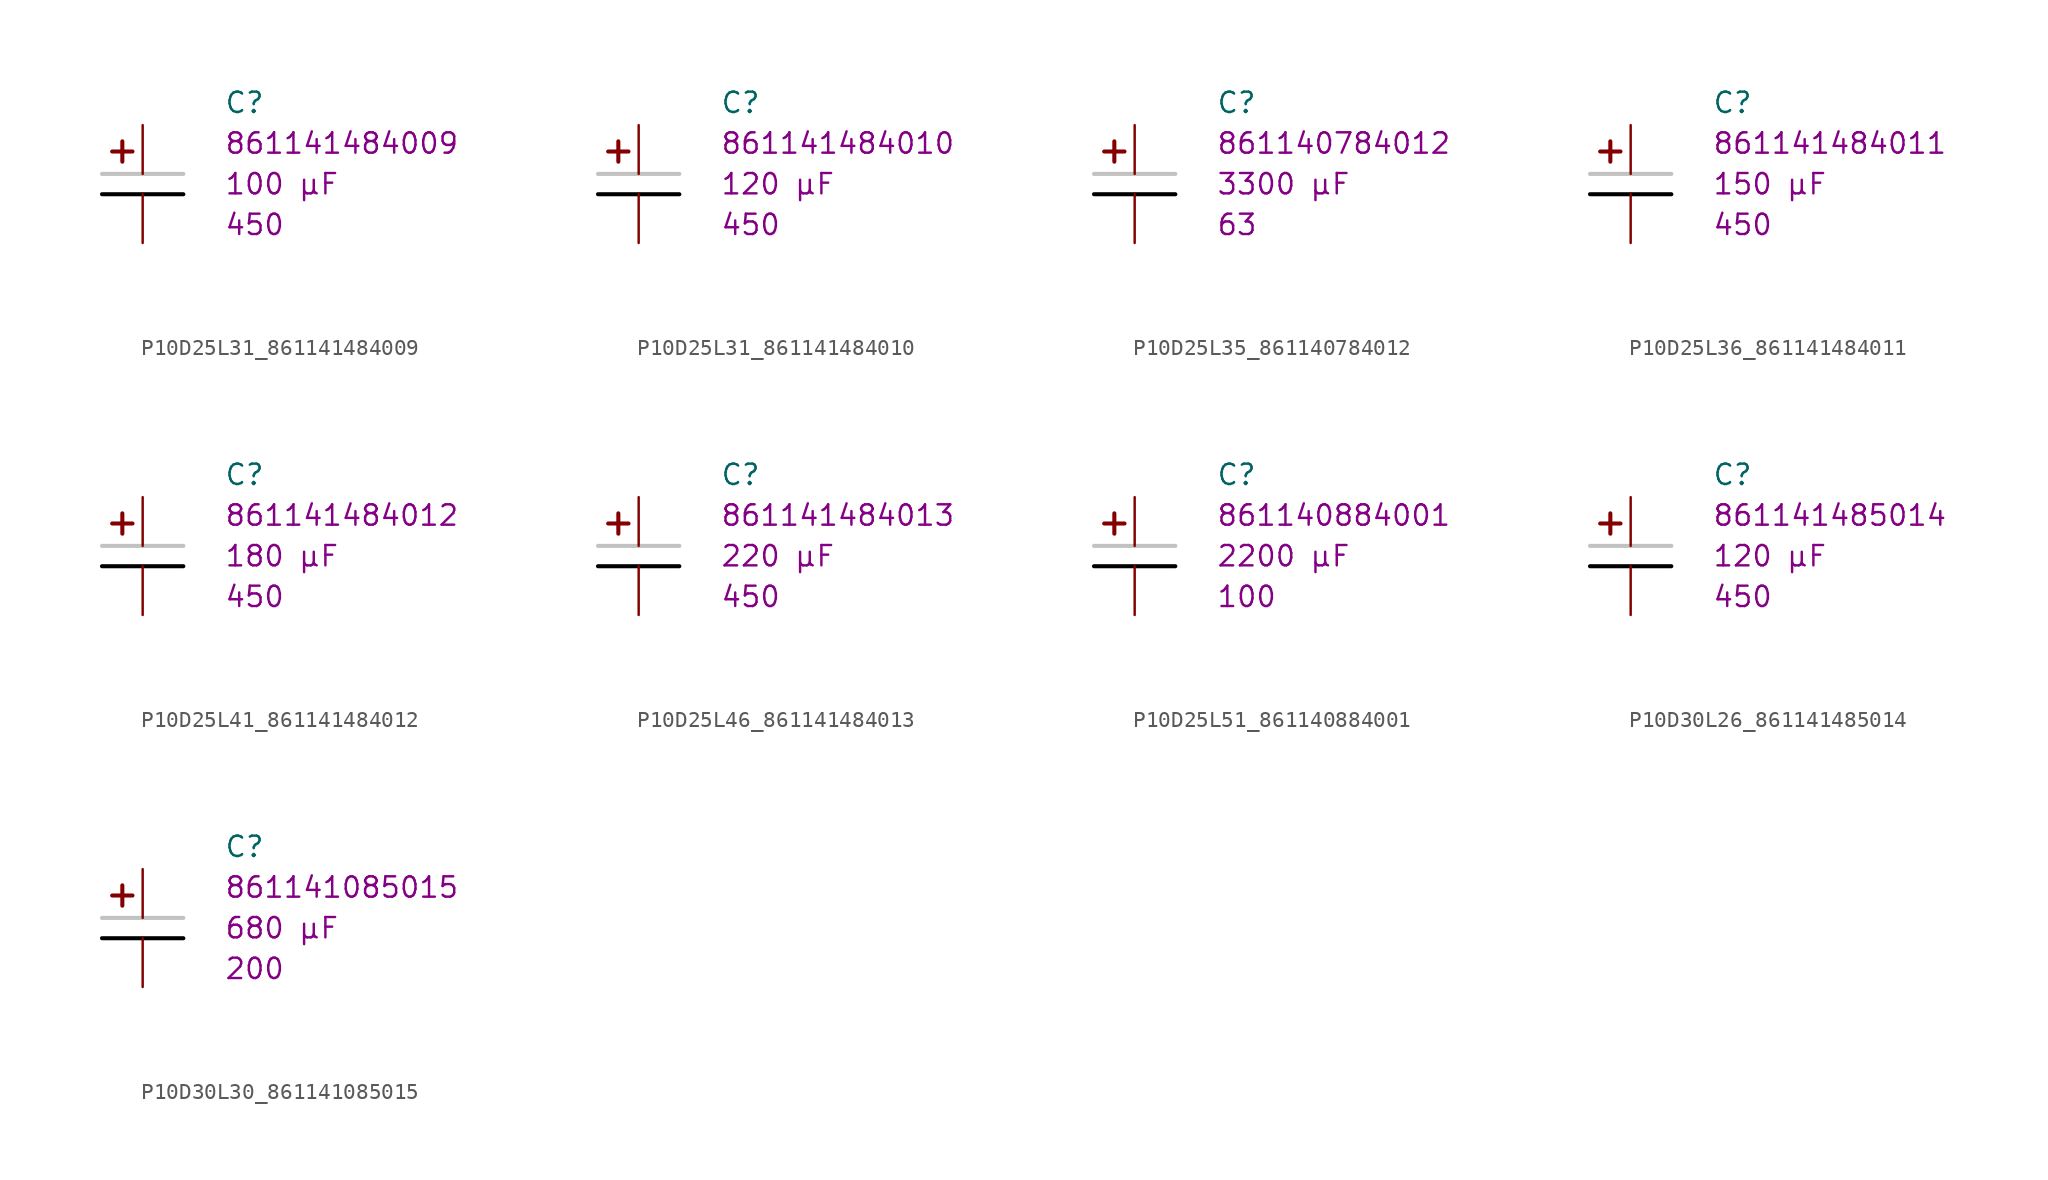
<source format=kicad_sym>
(kicad_symbol_lib
  (version 20220914)
  (generator kicad_symbol_editor)
  (symbol "P10D25L31_861141484009"
    (pin_numbers hide)
    (pin_names hide)
    (property "Reference" "C"
      (at 5.08 5.08 0)
      (effects (font (size 1.27 1.27)) (justify left)))
    (property "Part Number" "861141484009"
      (at 5.08 2.54 0)
      (effects (font (size 1.27 1.27)) (justify left)))
    (property "Capacitance" "100 µF"
      (at 5.08 0 0)
      (effects (font (size 1.27 1.27)) (justify left)))
    (property "Voltage" "450"
      (at 5.08 -2.54 0)
      (effects (font (size 1.27 1.27)) (justify left)))
    (property "Critical Parameter" ""
      (at 0 -7.62 0)
      (effects (font (size 1.27 1.27))))
    (symbol "P10D25L31_861141484009_1_1"
      (polyline (pts (xy -1.27 2.667) (xy -1.27 1.397)) (stroke (width 0.254) (type default)) (fill (type none)))
      (polyline (pts (xy -0.635 2.032) (xy -1.905 2.032)) (stroke (width 0.254) (type default)) (fill (type none)))
      (polyline (pts (xy 2.54 -0.635) (xy -2.54 -0.635)) (stroke (width 0.254) (type default) (color 0 0 0 1)) (fill (type none)))
      (polyline (pts (xy 2.54 0.635) (xy -2.54 0.635)) (stroke (width 0.254) (type default) (color 194 194 194 1)) (fill (type none)))
      (pin passive line (at 0 3.679 270) (length 3.044) (name "1" (effects (font (size 1.27 1.27)))) (number "1" (effects (font (size 1.27 1.27)))))
      (pin passive line (at 0 -3.679 90) (length 3.044) (name "2" (effects (font (size 1.27 1.27)))) (number "2" (effects (font (size 1.27 1.27)))))))
  (symbol "P10D25L31_861141484010"
    (pin_numbers hide)
    (pin_names hide)
    (property "Reference" "C"
      (at 5.08 5.08 0)
      (effects (font (size 1.27 1.27)) (justify left)))
    (property "Part Number" "861141484010"
      (at 5.08 2.54 0)
      (effects (font (size 1.27 1.27)) (justify left)))
    (property "Capacitance" "120 µF"
      (at 5.08 0 0)
      (effects (font (size 1.27 1.27)) (justify left)))
    (property "Voltage" "450"
      (at 5.08 -2.54 0)
      (effects (font (size 1.27 1.27)) (justify left)))
    (property "Critical Parameter" ""
      (at 0 -7.62 0)
      (effects (font (size 1.27 1.27))))
    (symbol "P10D25L31_861141484010_1_1"
      (polyline (pts (xy -1.27 2.667) (xy -1.27 1.397)) (stroke (width 0.254) (type default)) (fill (type none)))
      (polyline (pts (xy -0.635 2.032) (xy -1.905 2.032)) (stroke (width 0.254) (type default)) (fill (type none)))
      (polyline (pts (xy 2.54 -0.635) (xy -2.54 -0.635)) (stroke (width 0.254) (type default) (color 0 0 0 1)) (fill (type none)))
      (polyline (pts (xy 2.54 0.635) (xy -2.54 0.635)) (stroke (width 0.254) (type default) (color 194 194 194 1)) (fill (type none)))
      (pin passive line (at 0 3.679 270) (length 3.044) (name "1" (effects (font (size 1.27 1.27)))) (number "1" (effects (font (size 1.27 1.27)))))
      (pin passive line (at 0 -3.679 90) (length 3.044) (name "2" (effects (font (size 1.27 1.27)))) (number "2" (effects (font (size 1.27 1.27)))))))
  (symbol "P10D25L35_861140784012"
    (pin_numbers hide)
    (pin_names hide)
    (property "Reference" "C"
      (at 5.08 5.08 0)
      (effects (font (size 1.27 1.27)) (justify left)))
    (property "Part Number" "861140784012"
      (at 5.08 2.54 0)
      (effects (font (size 1.27 1.27)) (justify left)))
    (property "Capacitance" "3300 µF"
      (at 5.08 0 0)
      (effects (font (size 1.27 1.27)) (justify left)))
    (property "Voltage" "63"
      (at 5.08 -2.54 0)
      (effects (font (size 1.27 1.27)) (justify left)))
    (property "Critical Parameter" ""
      (at 0 -7.62 0)
      (effects (font (size 1.27 1.27))))
    (symbol "P10D25L35_861140784012_1_1"
      (polyline (pts (xy -1.27 2.667) (xy -1.27 1.397)) (stroke (width 0.254) (type default)) (fill (type none)))
      (polyline (pts (xy -0.635 2.032) (xy -1.905 2.032)) (stroke (width 0.254) (type default)) (fill (type none)))
      (polyline (pts (xy 2.54 -0.635) (xy -2.54 -0.635)) (stroke (width 0.254) (type default) (color 0 0 0 1)) (fill (type none)))
      (polyline (pts (xy 2.54 0.635) (xy -2.54 0.635)) (stroke (width 0.254) (type default) (color 194 194 194 1)) (fill (type none)))
      (pin passive line (at 0 3.679 270) (length 3.044) (name "1" (effects (font (size 1.27 1.27)))) (number "1" (effects (font (size 1.27 1.27)))))
      (pin passive line (at 0 -3.679 90) (length 3.044) (name "2" (effects (font (size 1.27 1.27)))) (number "2" (effects (font (size 1.27 1.27)))))))
  (symbol "P10D25L36_861141484011"
    (pin_numbers hide)
    (pin_names hide)
    (property "Reference" "C"
      (at 5.08 5.08 0)
      (effects (font (size 1.27 1.27)) (justify left)))
    (property "Part Number" "861141484011"
      (at 5.08 2.54 0)
      (effects (font (size 1.27 1.27)) (justify left)))
    (property "Capacitance" "150 µF"
      (at 5.08 0 0)
      (effects (font (size 1.27 1.27)) (justify left)))
    (property "Voltage" "450"
      (at 5.08 -2.54 0)
      (effects (font (size 1.27 1.27)) (justify left)))
    (property "Critical Parameter" ""
      (at 0 -7.62 0)
      (effects (font (size 1.27 1.27))))
    (symbol "P10D25L36_861141484011_1_1"
      (polyline (pts (xy -1.27 2.667) (xy -1.27 1.397)) (stroke (width 0.254) (type default)) (fill (type none)))
      (polyline (pts (xy -0.635 2.032) (xy -1.905 2.032)) (stroke (width 0.254) (type default)) (fill (type none)))
      (polyline (pts (xy 2.54 -0.635) (xy -2.54 -0.635)) (stroke (width 0.254) (type default) (color 0 0 0 1)) (fill (type none)))
      (polyline (pts (xy 2.54 0.635) (xy -2.54 0.635)) (stroke (width 0.254) (type default) (color 194 194 194 1)) (fill (type none)))
      (pin passive line (at 0 3.679 270) (length 3.044) (name "1" (effects (font (size 1.27 1.27)))) (number "1" (effects (font (size 1.27 1.27)))))
      (pin passive line (at 0 -3.679 90) (length 3.044) (name "2" (effects (font (size 1.27 1.27)))) (number "2" (effects (font (size 1.27 1.27)))))))
  (symbol "P10D25L41_861141484012"
    (pin_numbers hide)
    (pin_names hide)
    (property "Reference" "C"
      (at 5.08 5.08 0)
      (effects (font (size 1.27 1.27)) (justify left)))
    (property "Part Number" "861141484012"
      (at 5.08 2.54 0)
      (effects (font (size 1.27 1.27)) (justify left)))
    (property "Capacitance" "180 µF"
      (at 5.08 0 0)
      (effects (font (size 1.27 1.27)) (justify left)))
    (property "Voltage" "450"
      (at 5.08 -2.54 0)
      (effects (font (size 1.27 1.27)) (justify left)))
    (property "Critical Parameter" ""
      (at 0 -7.62 0)
      (effects (font (size 1.27 1.27))))
    (symbol "P10D25L41_861141484012_1_1"
      (polyline (pts (xy -1.27 2.667) (xy -1.27 1.397)) (stroke (width 0.254) (type default)) (fill (type none)))
      (polyline (pts (xy -0.635 2.032) (xy -1.905 2.032)) (stroke (width 0.254) (type default)) (fill (type none)))
      (polyline (pts (xy 2.54 -0.635) (xy -2.54 -0.635)) (stroke (width 0.254) (type default) (color 0 0 0 1)) (fill (type none)))
      (polyline (pts (xy 2.54 0.635) (xy -2.54 0.635)) (stroke (width 0.254) (type default) (color 194 194 194 1)) (fill (type none)))
      (pin passive line (at 0 3.679 270) (length 3.044) (name "1" (effects (font (size 1.27 1.27)))) (number "1" (effects (font (size 1.27 1.27)))))
      (pin passive line (at 0 -3.679 90) (length 3.044) (name "2" (effects (font (size 1.27 1.27)))) (number "2" (effects (font (size 1.27 1.27)))))))
  (symbol "P10D25L46_861141484013"
    (pin_numbers hide)
    (pin_names hide)
    (property "Reference" "C"
      (at 5.08 5.08 0)
      (effects (font (size 1.27 1.27)) (justify left)))
    (property "Part Number" "861141484013"
      (at 5.08 2.54 0)
      (effects (font (size 1.27 1.27)) (justify left)))
    (property "Capacitance" "220 µF"
      (at 5.08 0 0)
      (effects (font (size 1.27 1.27)) (justify left)))
    (property "Voltage" "450"
      (at 5.08 -2.54 0)
      (effects (font (size 1.27 1.27)) (justify left)))
    (property "Critical Parameter" ""
      (at 0 -7.62 0)
      (effects (font (size 1.27 1.27))))
    (symbol "P10D25L46_861141484013_1_1"
      (polyline (pts (xy -1.27 2.667) (xy -1.27 1.397)) (stroke (width 0.254) (type default)) (fill (type none)))
      (polyline (pts (xy -0.635 2.032) (xy -1.905 2.032)) (stroke (width 0.254) (type default)) (fill (type none)))
      (polyline (pts (xy 2.54 -0.635) (xy -2.54 -0.635)) (stroke (width 0.254) (type default) (color 0 0 0 1)) (fill (type none)))
      (polyline (pts (xy 2.54 0.635) (xy -2.54 0.635)) (stroke (width 0.254) (type default) (color 194 194 194 1)) (fill (type none)))
      (pin passive line (at 0 3.679 270) (length 3.044) (name "1" (effects (font (size 1.27 1.27)))) (number "1" (effects (font (size 1.27 1.27)))))
      (pin passive line (at 0 -3.679 90) (length 3.044) (name "2" (effects (font (size 1.27 1.27)))) (number "2" (effects (font (size 1.27 1.27)))))))
  (symbol "P10D25L51_861140884001"
    (pin_numbers hide)
    (pin_names hide)
    (property "Reference" "C"
      (at 5.08 5.08 0)
      (effects (font (size 1.27 1.27)) (justify left)))
    (property "Part Number" "861140884001"
      (at 5.08 2.54 0)
      (effects (font (size 1.27 1.27)) (justify left)))
    (property "Capacitance" "2200 µF"
      (at 5.08 0 0)
      (effects (font (size 1.27 1.27)) (justify left)))
    (property "Voltage" "100"
      (at 5.08 -2.54 0)
      (effects (font (size 1.27 1.27)) (justify left)))
    (property "Critical Parameter" ""
      (at 0 -7.62 0)
      (effects (font (size 1.27 1.27))))
    (symbol "P10D25L51_861140884001_1_1"
      (polyline (pts (xy -1.27 2.667) (xy -1.27 1.397)) (stroke (width 0.254) (type default)) (fill (type none)))
      (polyline (pts (xy -0.635 2.032) (xy -1.905 2.032)) (stroke (width 0.254) (type default)) (fill (type none)))
      (polyline (pts (xy 2.54 -0.635) (xy -2.54 -0.635)) (stroke (width 0.254) (type default) (color 0 0 0 1)) (fill (type none)))
      (polyline (pts (xy 2.54 0.635) (xy -2.54 0.635)) (stroke (width 0.254) (type default) (color 194 194 194 1)) (fill (type none)))
      (pin passive line (at 0 3.679 270) (length 3.044) (name "1" (effects (font (size 1.27 1.27)))) (number "1" (effects (font (size 1.27 1.27)))))
      (pin passive line (at 0 -3.679 90) (length 3.044) (name "2" (effects (font (size 1.27 1.27)))) (number "2" (effects (font (size 1.27 1.27)))))))
  (symbol "P10D30L26_861141485014"
    (pin_numbers hide)
    (pin_names hide)
    (property "Reference" "C"
      (at 5.08 5.08 0)
      (effects (font (size 1.27 1.27)) (justify left)))
    (property "Part Number" "861141485014"
      (at 5.08 2.54 0)
      (effects (font (size 1.27 1.27)) (justify left)))
    (property "Capacitance" "120 µF"
      (at 5.08 0 0)
      (effects (font (size 1.27 1.27)) (justify left)))
    (property "Voltage" "450"
      (at 5.08 -2.54 0)
      (effects (font (size 1.27 1.27)) (justify left)))
    (property "Critical Parameter" ""
      (at 0 -7.62 0)
      (effects (font (size 1.27 1.27))))
    (symbol "P10D30L26_861141485014_1_1"
      (polyline (pts (xy -1.27 2.667) (xy -1.27 1.397)) (stroke (width 0.254) (type default)) (fill (type none)))
      (polyline (pts (xy -0.635 2.032) (xy -1.905 2.032)) (stroke (width 0.254) (type default)) (fill (type none)))
      (polyline (pts (xy 2.54 -0.635) (xy -2.54 -0.635)) (stroke (width 0.254) (type default) (color 0 0 0 1)) (fill (type none)))
      (polyline (pts (xy 2.54 0.635) (xy -2.54 0.635)) (stroke (width 0.254) (type default) (color 194 194 194 1)) (fill (type none)))
      (pin passive line (at 0 3.679 270) (length 3.044) (name "1" (effects (font (size 1.27 1.27)))) (number "1" (effects (font (size 1.27 1.27)))))
      (pin passive line (at 0 -3.679 90) (length 3.044) (name "2" (effects (font (size 1.27 1.27)))) (number "2" (effects (font (size 1.27 1.27)))))))
  (symbol "P10D30L30_861141085015"
    (pin_numbers hide)
    (pin_names hide)
    (property "Reference" "C"
      (at 5.08 5.08 0)
      (effects (font (size 1.27 1.27)) (justify left)))
    (property "Part Number" "861141085015"
      (at 5.08 2.54 0)
      (effects (font (size 1.27 1.27)) (justify left)))
    (property "Capacitance" "680 µF"
      (at 5.08 0 0)
      (effects (font (size 1.27 1.27)) (justify left)))
    (property "Voltage" "200"
      (at 5.08 -2.54 0)
      (effects (font (size 1.27 1.27)) (justify left)))
    (property "Critical Parameter" ""
      (at 0 -7.62 0)
      (effects (font (size 1.27 1.27))))
    (symbol "P10D30L30_861141085015_1_1"
      (polyline (pts (xy -1.27 2.667) (xy -1.27 1.397)) (stroke (width 0.254) (type default)) (fill (type none)))
      (polyline (pts (xy -0.635 2.032) (xy -1.905 2.032)) (stroke (width 0.254) (type default)) (fill (type none)))
      (polyline (pts (xy 2.54 -0.635) (xy -2.54 -0.635)) (stroke (width 0.254) (type default) (color 0 0 0 1)) (fill (type none)))
      (polyline (pts (xy 2.54 0.635) (xy -2.54 0.635)) (stroke (width 0.254) (type default) (color 194 194 194 1)) (fill (type none)))
      (pin passive line (at 0 3.679 270) (length 3.044) (name "1" (effects (font (size 1.27 1.27)))) (number "1" (effects (font (size 1.27 1.27)))))
      (pin passive line (at 0 -3.679 90) (length 3.044) (name "2" (effects (font (size 1.27 1.27)))) (number "2" (effects (font (size 1.27 1.27))))))))
</source>
